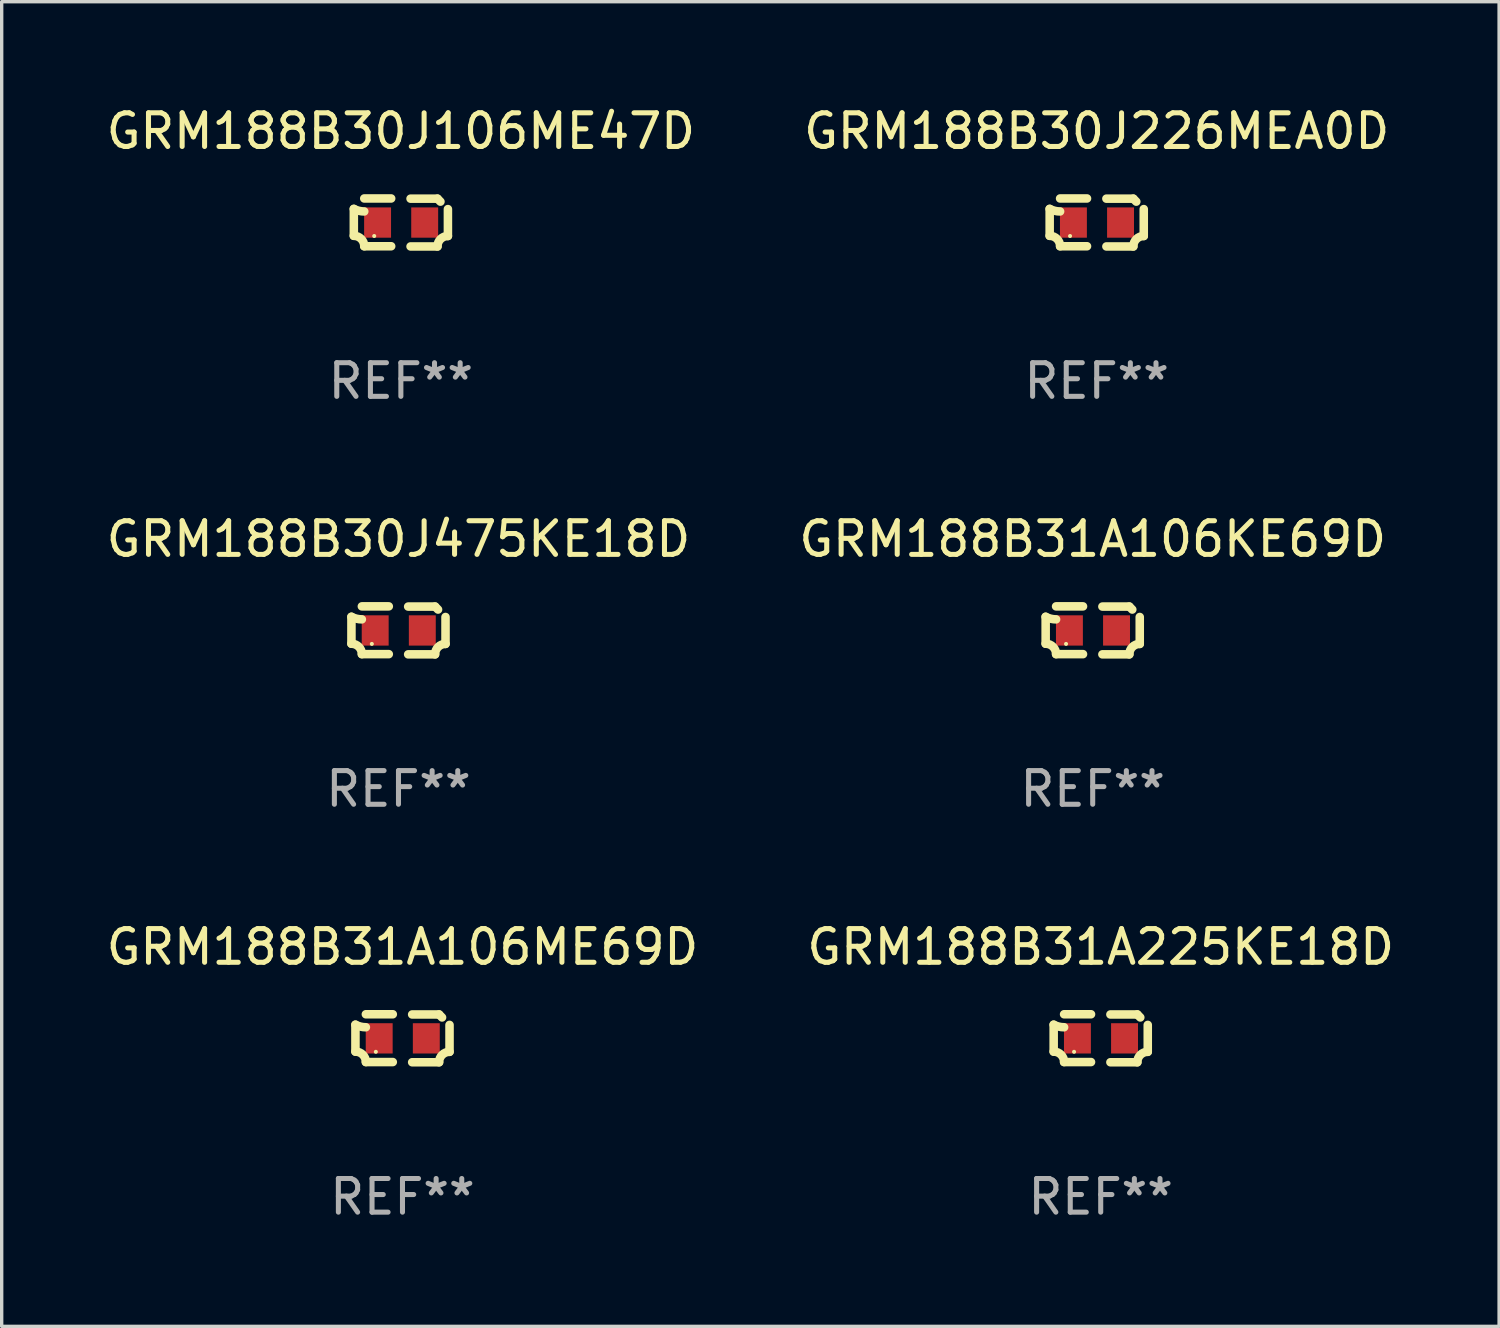
<source format=kicad_pcb>
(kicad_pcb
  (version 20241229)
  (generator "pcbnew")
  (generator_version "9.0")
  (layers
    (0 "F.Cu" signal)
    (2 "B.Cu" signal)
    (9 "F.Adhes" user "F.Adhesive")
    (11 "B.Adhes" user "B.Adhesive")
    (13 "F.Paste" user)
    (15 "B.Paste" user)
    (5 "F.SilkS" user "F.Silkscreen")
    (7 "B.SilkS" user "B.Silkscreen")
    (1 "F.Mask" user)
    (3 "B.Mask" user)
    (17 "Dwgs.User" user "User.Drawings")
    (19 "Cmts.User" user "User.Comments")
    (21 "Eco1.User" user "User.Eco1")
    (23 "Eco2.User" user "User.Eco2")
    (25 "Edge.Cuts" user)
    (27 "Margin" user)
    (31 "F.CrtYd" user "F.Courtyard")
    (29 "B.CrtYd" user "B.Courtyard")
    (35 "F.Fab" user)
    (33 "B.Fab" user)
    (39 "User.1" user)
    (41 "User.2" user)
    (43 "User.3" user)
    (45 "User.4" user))
  (footprint "GRM188B30J226MEA0D"
    (layer "F.Cu")
    (at 29.542 3.561)
    (property "Reference" "GRM188B30J226MEA0D" (at 0 -2.713 0) (layer "F.SilkS") (effects (font (size 1 1) (thickness 0.15))))
    (attr through_hole)
    (fp_line (start -1.398 -0.403) (end -1.398 0.397) (stroke (width 0.254) (type solid)) (layer "F.SilkS"))
    (fp_line (start -0.288 -0.713) (end -1.088 -0.713) (stroke (width 0.254) (type solid)) (layer "F.SilkS"))
    (fp_line (start -0.288 0.707) (end -1.088 0.707) (stroke (width 0.254) (type solid)) (layer "F.SilkS"))
    (fp_line (start 0.288 -0.707) (end 1.088 -0.707) (stroke (width 0.254) (type solid)) (layer "F.SilkS"))
    (fp_line (start 0.288 0.713) (end 1.088 0.713) (stroke (width 0.254) (type solid)) (layer "F.SilkS"))
    (fp_line (start 1.398 -0.397) (end 1.398 0.403) (stroke (width 0.254) (type solid)) (layer "F.SilkS"))
    (fp_arc (start -1.397789 0.397066) (mid -1.178701 0.487826) (end -1.08796 0.706922) (stroke (width 0.254001) (type solid)) (layer "F.SilkS"))
    (fp_arc (start -1.08796 -0.327176) (mid -1.247436 -0.346384) (end -1.39779 -0.402908) (stroke (width 0.254001) (type solid)) (layer "F.SilkS"))
    (fp_arc (start 1.087909 0.712738) (mid 1.178656 0.493655) (end 1.397739 0.402908) (stroke (width 0.254001) (type solid)) (layer "F.SilkS"))
    (fp_arc (start 1.175925 -0.618926) (mid 1.131917 -0.662923) (end 1.08791 -0.706922) (stroke (width 0.254001) (type solid)) (layer "F.SilkS"))
    (fp_circle (center -0.792 0.403) (end -0.762 0.403) (stroke (width 0.06) (type solid)) (fill no) (layer "F.SilkS"))
    (fp_text user "REF**" (at 0 4.713 0) (layer "F.Fab") (effects (font (size 1 1) (thickness 0.15))))
    (pad "1" smd rect (at -0.692 0.003) (size 0.8 0.9) (layers "F.Cu" "F.Mask" "F.Paste"))
    (pad "2" smd rect (at 0.708 0.003) (size 0.8 0.9) (layers "F.Cu" "F.Mask" "F.Paste")))
  (footprint "GRM188B30J475KE18D"
    (layer "F.Cu")
    (at 8.792 15.683)
    (property "Reference" "GRM188B30J475KE18D" (at 0 -2.713 0) (layer "F.SilkS") (effects (font (size 1 1) (thickness 0.15))))
    (attr through_hole)
    (fp_line (start -1.398 -0.403) (end -1.398 0.397) (stroke (width 0.254) (type solid)) (layer "F.SilkS"))
    (fp_line (start -0.288 -0.713) (end -1.088 -0.713) (stroke (width 0.254) (type solid)) (layer "F.SilkS"))
    (fp_line (start -0.288 0.707) (end -1.088 0.707) (stroke (width 0.254) (type solid)) (layer "F.SilkS"))
    (fp_line (start 0.288 -0.707) (end 1.088 -0.707) (stroke (width 0.254) (type solid)) (layer "F.SilkS"))
    (fp_line (start 0.288 0.713) (end 1.088 0.713) (stroke (width 0.254) (type solid)) (layer "F.SilkS"))
    (fp_line (start 1.398 -0.397) (end 1.398 0.403) (stroke (width 0.254) (type solid)) (layer "F.SilkS"))
    (fp_arc (start -1.397789 0.397066) (mid -1.178701 0.487826) (end -1.08796 0.706922) (stroke (width 0.254001) (type solid)) (layer "F.SilkS"))
    (fp_arc (start -1.08796 -0.327176) (mid -1.247436 -0.346384) (end -1.39779 -0.402908) (stroke (width 0.254001) (type solid)) (layer "F.SilkS"))
    (fp_arc (start 1.087909 0.712738) (mid 1.178656 0.493655) (end 1.397739 0.402908) (stroke (width 0.254001) (type solid)) (layer "F.SilkS"))
    (fp_arc (start 1.175925 -0.618926) (mid 1.131917 -0.662923) (end 1.08791 -0.706922) (stroke (width 0.254001) (type solid)) (layer "F.SilkS"))
    (fp_circle (center -0.792 0.403) (end -0.762 0.403) (stroke (width 0.06) (type solid)) (fill no) (layer "F.SilkS"))
    (fp_text user "REF**" (at 0 4.713 0) (layer "F.Fab") (effects (font (size 1 1) (thickness 0.15))))
    (pad "1" smd rect (at -0.692 0.003) (size 0.8 0.9) (layers "F.Cu" "F.Mask" "F.Paste"))
    (pad "2" smd rect (at 0.708 0.003) (size 0.8 0.9) (layers "F.Cu" "F.Mask" "F.Paste")))
  (footprint "GRM188B31A225KE18D"
    (layer "F.Cu")
    (at 29.661 27.805)
    (property "Reference" "GRM188B31A225KE18D" (at 0 -2.713 0) (layer "F.SilkS") (effects (font (size 1 1) (thickness 0.15))))
    (attr through_hole)
    (fp_line (start -1.398 -0.403) (end -1.398 0.397) (stroke (width 0.254) (type solid)) (layer "F.SilkS"))
    (fp_line (start -0.288 -0.713) (end -1.088 -0.713) (stroke (width 0.254) (type solid)) (layer "F.SilkS"))
    (fp_line (start -0.288 0.707) (end -1.088 0.707) (stroke (width 0.254) (type solid)) (layer "F.SilkS"))
    (fp_line (start 0.288 -0.707) (end 1.088 -0.707) (stroke (width 0.254) (type solid)) (layer "F.SilkS"))
    (fp_line (start 0.288 0.713) (end 1.088 0.713) (stroke (width 0.254) (type solid)) (layer "F.SilkS"))
    (fp_line (start 1.398 -0.397) (end 1.398 0.403) (stroke (width 0.254) (type solid)) (layer "F.SilkS"))
    (fp_arc (start -1.397789 0.397066) (mid -1.178701 0.487826) (end -1.08796 0.706922) (stroke (width 0.254001) (type solid)) (layer "F.SilkS"))
    (fp_arc (start -1.08796 -0.327176) (mid -1.247436 -0.346384) (end -1.39779 -0.402908) (stroke (width 0.254001) (type solid)) (layer "F.SilkS"))
    (fp_arc (start 1.087909 0.712738) (mid 1.178656 0.493655) (end 1.397739 0.402908) (stroke (width 0.254001) (type solid)) (layer "F.SilkS"))
    (fp_arc (start 1.175925 -0.618926) (mid 1.131917 -0.662923) (end 1.08791 -0.706922) (stroke (width 0.254001) (type solid)) (layer "F.SilkS"))
    (fp_circle (center -0.792 0.403) (end -0.762 0.403) (stroke (width 0.06) (type solid)) (fill no) (layer "F.SilkS"))
    (fp_text user "REF**" (at 0 4.713 0) (layer "F.Fab") (effects (font (size 1 1) (thickness 0.15))))
    (pad "1" smd rect (at -0.692 0.003) (size 0.8 0.9) (layers "F.Cu" "F.Mask" "F.Paste"))
    (pad "2" smd rect (at 0.708 0.003) (size 0.8 0.9) (layers "F.Cu" "F.Mask" "F.Paste")))
  (footprint "GRM188B31A106ME69D"
    (layer "F.Cu")
    (at 8.911 27.805)
    (property "Reference" "GRM188B31A106ME69D" (at 0 -2.713 0) (layer "F.SilkS") (effects (font (size 1 1) (thickness 0.15))))
    (attr through_hole)
    (fp_line (start -1.398 -0.403) (end -1.398 0.397) (stroke (width 0.254) (type solid)) (layer "F.SilkS"))
    (fp_line (start -0.288 -0.713) (end -1.088 -0.713) (stroke (width 0.254) (type solid)) (layer "F.SilkS"))
    (fp_line (start -0.288 0.707) (end -1.088 0.707) (stroke (width 0.254) (type solid)) (layer "F.SilkS"))
    (fp_line (start 0.288 -0.707) (end 1.088 -0.707) (stroke (width 0.254) (type solid)) (layer "F.SilkS"))
    (fp_line (start 0.288 0.713) (end 1.088 0.713) (stroke (width 0.254) (type solid)) (layer "F.SilkS"))
    (fp_line (start 1.398 -0.397) (end 1.398 0.403) (stroke (width 0.254) (type solid)) (layer "F.SilkS"))
    (fp_arc (start -1.397789 0.397066) (mid -1.178701 0.487826) (end -1.08796 0.706922) (stroke (width 0.254001) (type solid)) (layer "F.SilkS"))
    (fp_arc (start -1.08796 -0.327176) (mid -1.247436 -0.346384) (end -1.39779 -0.402908) (stroke (width 0.254001) (type solid)) (layer "F.SilkS"))
    (fp_arc (start 1.087909 0.712738) (mid 1.178656 0.493655) (end 1.397739 0.402908) (stroke (width 0.254001) (type solid)) (layer "F.SilkS"))
    (fp_arc (start 1.175925 -0.618926) (mid 1.131917 -0.662923) (end 1.08791 -0.706922) (stroke (width 0.254001) (type solid)) (layer "F.SilkS"))
    (fp_circle (center -0.792 0.403) (end -0.762 0.403) (stroke (width 0.06) (type solid)) (fill no) (layer "F.SilkS"))
    (fp_text user "REF**" (at 0 4.713 0) (layer "F.Fab") (effects (font (size 1 1) (thickness 0.15))))
    (pad "1" smd rect (at -0.692 0.003) (size 0.8 0.9) (layers "F.Cu" "F.Mask" "F.Paste"))
    (pad "2" smd rect (at 0.708 0.003) (size 0.8 0.9) (layers "F.Cu" "F.Mask" "F.Paste")))
  (footprint "GRM188B31A106KE69D"
    (layer "F.Cu")
    (at 29.423 15.683)
    (property "Reference" "GRM188B31A106KE69D" (at 0 -2.713 0) (layer "F.SilkS") (effects (font (size 1 1) (thickness 0.15))))
    (attr through_hole)
    (fp_line (start -1.398 -0.403) (end -1.398 0.397) (stroke (width 0.254) (type solid)) (layer "F.SilkS"))
    (fp_line (start -0.288 -0.713) (end -1.088 -0.713) (stroke (width 0.254) (type solid)) (layer "F.SilkS"))
    (fp_line (start -0.288 0.707) (end -1.088 0.707) (stroke (width 0.254) (type solid)) (layer "F.SilkS"))
    (fp_line (start 0.288 -0.707) (end 1.088 -0.707) (stroke (width 0.254) (type solid)) (layer "F.SilkS"))
    (fp_line (start 0.288 0.713) (end 1.088 0.713) (stroke (width 0.254) (type solid)) (layer "F.SilkS"))
    (fp_line (start 1.398 -0.397) (end 1.398 0.403) (stroke (width 0.254) (type solid)) (layer "F.SilkS"))
    (fp_arc (start -1.397789 0.397066) (mid -1.178701 0.487826) (end -1.08796 0.706922) (stroke (width 0.254001) (type solid)) (layer "F.SilkS"))
    (fp_arc (start -1.08796 -0.327176) (mid -1.247436 -0.346384) (end -1.39779 -0.402908) (stroke (width 0.254001) (type solid)) (layer "F.SilkS"))
    (fp_arc (start 1.087909 0.712738) (mid 1.178656 0.493655) (end 1.397739 0.402908) (stroke (width 0.254001) (type solid)) (layer "F.SilkS"))
    (fp_arc (start 1.175925 -0.618926) (mid 1.131917 -0.662923) (end 1.08791 -0.706922) (stroke (width 0.254001) (type solid)) (layer "F.SilkS"))
    (fp_circle (center -0.792 0.403) (end -0.762 0.403) (stroke (width 0.06) (type solid)) (fill no) (layer "F.SilkS"))
    (fp_text user "REF**" (at 0 4.713 0) (layer "F.Fab") (effects (font (size 1 1) (thickness 0.15))))
    (pad "1" smd rect (at -0.692 0.003) (size 0.8 0.9) (layers "F.Cu" "F.Mask" "F.Paste"))
    (pad "2" smd rect (at 0.708 0.003) (size 0.8 0.9) (layers "F.Cu" "F.Mask" "F.Paste")))
  (footprint "GRM188B30J106ME47D"
    (layer "F.Cu")
    (at 8.863 3.561)
    (property "Reference" "GRM188B30J106ME47D" (at 0 -2.713 0) (layer "F.SilkS") (effects (font (size 1 1) (thickness 0.15))))
    (attr through_hole)
    (fp_line (start -1.398 -0.403) (end -1.398 0.397) (stroke (width 0.254) (type solid)) (layer "F.SilkS"))
    (fp_line (start -0.288 -0.713) (end -1.088 -0.713) (stroke (width 0.254) (type solid)) (layer "F.SilkS"))
    (fp_line (start -0.288 0.707) (end -1.088 0.707) (stroke (width 0.254) (type solid)) (layer "F.SilkS"))
    (fp_line (start 0.288 -0.707) (end 1.088 -0.707) (stroke (width 0.254) (type solid)) (layer "F.SilkS"))
    (fp_line (start 0.288 0.713) (end 1.088 0.713) (stroke (width 0.254) (type solid)) (layer "F.SilkS"))
    (fp_line (start 1.398 -0.397) (end 1.398 0.403) (stroke (width 0.254) (type solid)) (layer "F.SilkS"))
    (fp_arc (start -1.397789 0.397066) (mid -1.178701 0.487826) (end -1.08796 0.706922) (stroke (width 0.254001) (type solid)) (layer "F.SilkS"))
    (fp_arc (start -1.08796 -0.327176) (mid -1.247436 -0.346384) (end -1.39779 -0.402908) (stroke (width 0.254001) (type solid)) (layer "F.SilkS"))
    (fp_arc (start 1.087909 0.712738) (mid 1.178656 0.493655) (end 1.397739 0.402908) (stroke (width 0.254001) (type solid)) (layer "F.SilkS"))
    (fp_arc (start 1.175925 -0.618926) (mid 1.131917 -0.662923) (end 1.08791 -0.706922) (stroke (width 0.254001) (type solid)) (layer "F.SilkS"))
    (fp_circle (center -0.792 0.403) (end -0.762 0.403) (stroke (width 0.06) (type solid)) (fill no) (layer "F.SilkS"))
    (fp_text user "REF**" (at 0 4.713 0) (layer "F.Fab") (effects (font (size 1 1) (thickness 0.15))))
    (pad "1" smd rect (at -0.692 0.003) (size 0.8 0.9) (layers "F.Cu" "F.Mask" "F.Paste"))
    (pad "2" smd rect (at 0.708 0.003) (size 0.8 0.9) (layers "F.Cu" "F.Mask" "F.Paste")))
  (gr_rect
    (start -3 -3)
    (end 41.5 36.366)
    (stroke (width 0.1) (type default))
    (fill no)
    (layer "Edge.Cuts")))
</source>
